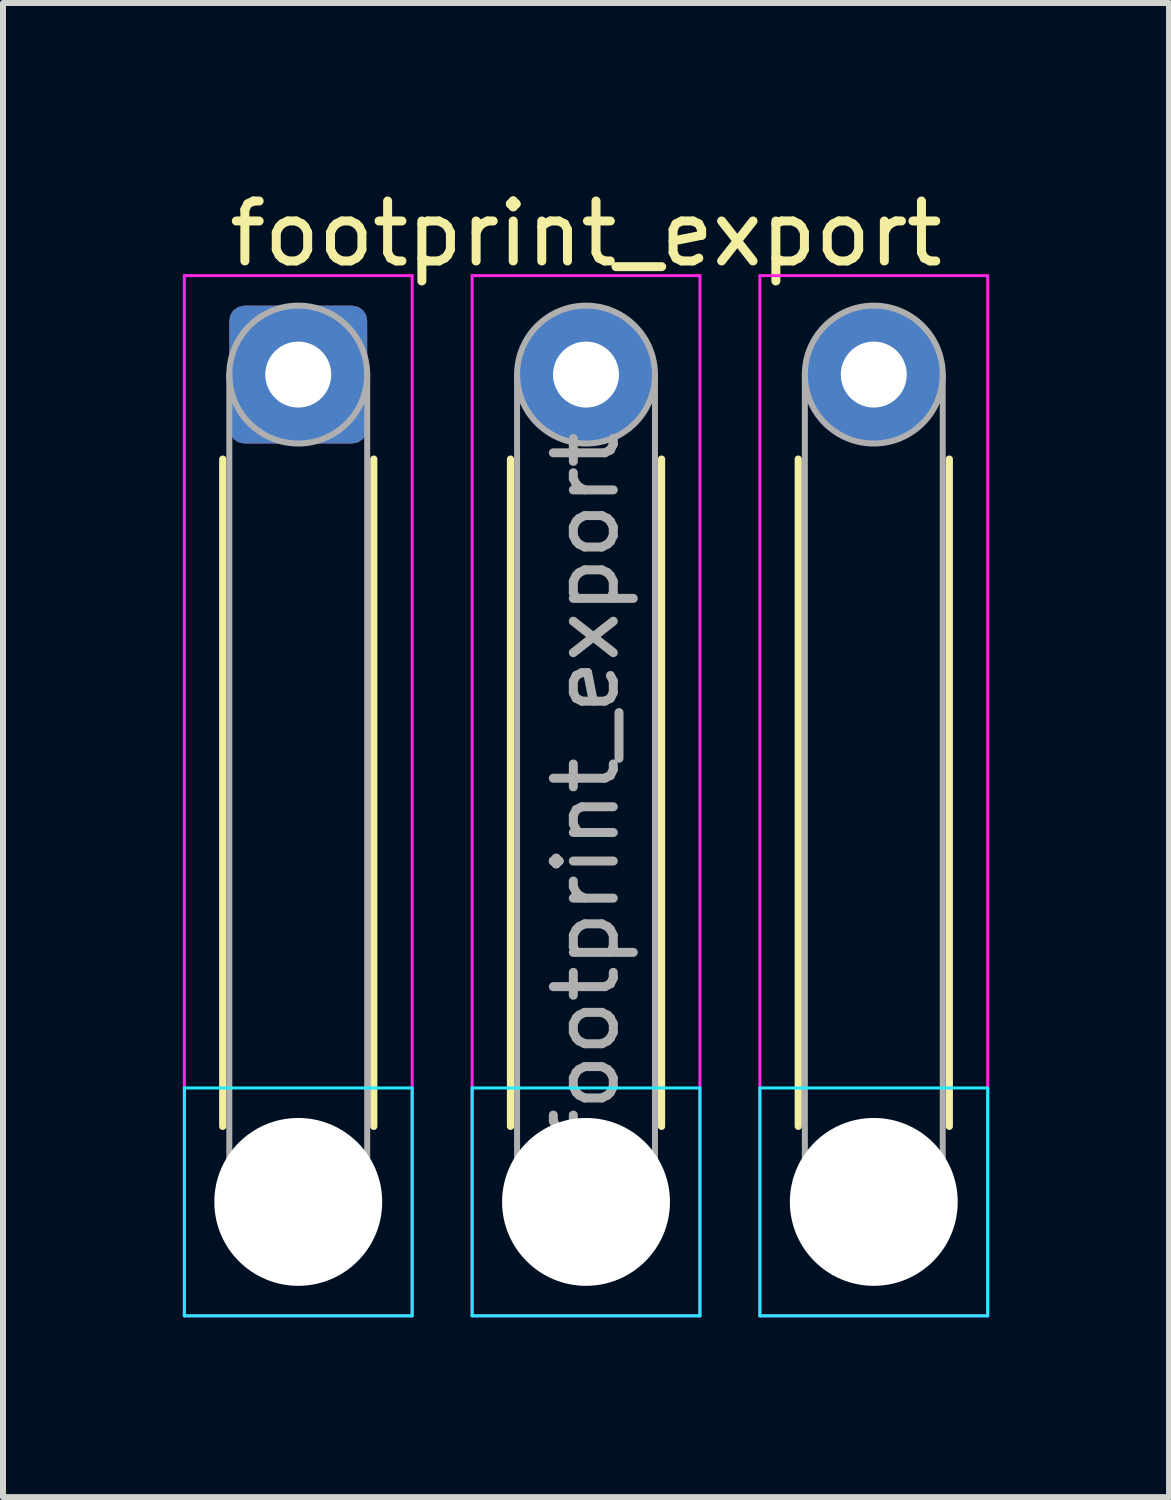
<source format=kicad_pcb>
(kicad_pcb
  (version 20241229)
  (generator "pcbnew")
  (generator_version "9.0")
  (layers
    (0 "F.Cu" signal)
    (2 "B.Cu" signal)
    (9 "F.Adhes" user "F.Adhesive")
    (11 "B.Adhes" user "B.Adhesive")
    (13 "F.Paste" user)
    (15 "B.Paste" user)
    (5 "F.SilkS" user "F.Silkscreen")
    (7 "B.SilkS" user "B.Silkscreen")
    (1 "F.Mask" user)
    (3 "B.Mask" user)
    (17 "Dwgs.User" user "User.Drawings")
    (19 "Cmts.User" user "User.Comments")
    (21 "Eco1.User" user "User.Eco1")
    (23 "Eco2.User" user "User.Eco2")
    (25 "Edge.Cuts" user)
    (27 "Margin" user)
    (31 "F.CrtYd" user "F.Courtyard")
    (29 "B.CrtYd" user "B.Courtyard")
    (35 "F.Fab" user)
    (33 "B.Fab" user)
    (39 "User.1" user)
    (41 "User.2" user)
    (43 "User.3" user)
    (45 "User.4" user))
  (footprint "footprint_export"
    (layer "F.Cu")
    (at 1.925 3.198)
    (property "Reference" "footprint_export" (at 4.8 -2.35 0) (layer "F.SilkS") (effects (font (size 1 1) (thickness 0.15))))
    (attr exclude_from_pos_files exclude_from_bom)
    (fp_line (start -1.26 1.41) (end -1.26 12.54) (stroke (width 0.12) (type solid)) (layer "F.SilkS"))
    (fp_line (start 1.26 1.41) (end 1.26 12.54) (stroke (width 0.12) (type solid)) (layer "F.SilkS"))
    (fp_line (start 3.54 1.41) (end 3.54 12.54) (stroke (width 0.12) (type solid)) (layer "F.SilkS"))
    (fp_line (start 6.06 1.41) (end 6.06 12.54) (stroke (width 0.12) (type solid)) (layer "F.SilkS"))
    (fp_line (start 8.34 1.41) (end 8.34 12.54) (stroke (width 0.12) (type solid)) (layer "F.SilkS"))
    (fp_line (start 10.86 1.41) (end 10.86 12.54) (stroke (width 0.12) (type solid)) (layer "F.SilkS"))
    (fp_line (start -1.9 11.9) (end -1.9 15.7) (stroke (width 0.05) (type solid)) (layer "B.CrtYd"))
    (fp_line (start -1.9 15.7) (end 1.9 15.7) (stroke (width 0.05) (type solid)) (layer "B.CrtYd"))
    (fp_line (start 1.9 11.9) (end -1.9 11.9) (stroke (width 0.05) (type solid)) (layer "B.CrtYd"))
    (fp_line (start 1.9 15.7) (end 1.9 11.9) (stroke (width 0.05) (type solid)) (layer "B.CrtYd"))
    (fp_line (start 2.9 11.9) (end 2.9 15.7) (stroke (width 0.05) (type solid)) (layer "B.CrtYd"))
    (fp_line (start 2.9 15.7) (end 6.7 15.7) (stroke (width 0.05) (type solid)) (layer "B.CrtYd"))
    (fp_line (start 6.7 11.9) (end 2.9 11.9) (stroke (width 0.05) (type solid)) (layer "B.CrtYd"))
    (fp_line (start 6.7 15.7) (end 6.7 11.9) (stroke (width 0.05) (type solid)) (layer "B.CrtYd"))
    (fp_line (start 7.7 11.9) (end 7.7 15.7) (stroke (width 0.05) (type solid)) (layer "B.CrtYd"))
    (fp_line (start 7.7 15.7) (end 11.5 15.7) (stroke (width 0.05) (type solid)) (layer "B.CrtYd"))
    (fp_line (start 11.5 11.9) (end 7.7 11.9) (stroke (width 0.05) (type solid)) (layer "B.CrtYd"))
    (fp_line (start 11.5 15.7) (end 11.5 11.9) (stroke (width 0.05) (type solid)) (layer "B.CrtYd"))
    (fp_line (start -1.9 -1.65) (end -1.9 15.7) (stroke (width 0.05) (type solid)) (layer "F.CrtYd"))
    (fp_line (start -1.9 15.7) (end 1.9 15.7) (stroke (width 0.05) (type solid)) (layer "F.CrtYd"))
    (fp_line (start 1.9 -1.65) (end -1.9 -1.65) (stroke (width 0.05) (type solid)) (layer "F.CrtYd"))
    (fp_line (start 1.9 15.7) (end 1.9 -1.65) (stroke (width 0.05) (type solid)) (layer "F.CrtYd"))
    (fp_line (start 2.9 -1.65) (end 2.9 15.7) (stroke (width 0.05) (type solid)) (layer "F.CrtYd"))
    (fp_line (start 2.9 15.7) (end 6.7 15.7) (stroke (width 0.05) (type solid)) (layer "F.CrtYd"))
    (fp_line (start 6.7 -1.65) (end 2.9 -1.65) (stroke (width 0.05) (type solid)) (layer "F.CrtYd"))
    (fp_line (start 6.7 15.7) (end 6.7 -1.65) (stroke (width 0.05) (type solid)) (layer "F.CrtYd"))
    (fp_line (start 7.7 -1.65) (end 7.7 15.7) (stroke (width 0.05) (type solid)) (layer "F.CrtYd"))
    (fp_line (start 7.7 15.7) (end 11.5 15.7) (stroke (width 0.05) (type solid)) (layer "F.CrtYd"))
    (fp_line (start 11.5 -1.65) (end 7.7 -1.65) (stroke (width 0.05) (type solid)) (layer "F.CrtYd"))
    (fp_line (start 11.5 15.7) (end 11.5 -1.65) (stroke (width 0.05) (type solid)) (layer "F.CrtYd"))
    (fp_line (start -1.15 0) (end -1.15 13.8) (stroke (width 0.1) (type solid)) (layer "F.Fab"))
    (fp_line (start 1.15 0) (end 1.15 13.8) (stroke (width 0.1) (type solid)) (layer "F.Fab"))
    (fp_line (start 3.65 0) (end 3.65 13.8) (stroke (width 0.1) (type solid)) (layer "F.Fab"))
    (fp_line (start 5.95 0) (end 5.95 13.8) (stroke (width 0.1) (type solid)) (layer "F.Fab"))
    (fp_line (start 8.45 0) (end 8.45 13.8) (stroke (width 0.1) (type solid)) (layer "F.Fab"))
    (fp_line (start 10.75 0) (end 10.75 13.8) (stroke (width 0.1) (type solid)) (layer "F.Fab"))
    (fp_circle (center 0 0) (end 1.15 0) (stroke (width 0.1) (type solid)) (fill no) (layer "F.Fab"))
    (fp_circle (center 0 13.8) (end 1.15 13.8) (stroke (width 0.1) (type solid)) (fill no) (layer "F.Fab"))
    (fp_circle (center 4.8 0) (end 5.95 0) (stroke (width 0.1) (type solid)) (fill no) (layer "F.Fab"))
    (fp_circle (center 4.8 13.8) (end 5.95 13.8) (stroke (width 0.1) (type solid)) (fill no) (layer "F.Fab"))
    (fp_circle (center 9.6 0) (end 10.75 0) (stroke (width 0.1) (type solid)) (fill no) (layer "F.Fab"))
    (fp_circle (center 9.6 13.8) (end 10.75 13.8) (stroke (width 0.1) (type solid)) (fill no) (layer "F.Fab"))
    (fp_text user "${REFERENCE}" (at 4.8 6.9 90) (layer "F.Fab") (effects (font (size 1 1) (thickness 0.15))))
    (pad "" np_thru_hole circle (at 0 13.8) (size 2.8 2.8) (drill 2.8) (layers "*.Cu" "*.Mask"))
    (pad "" np_thru_hole circle (at 4.8 13.8) (size 2.8 2.8) (drill 2.8) (layers "*.Cu" "*.Mask"))
    (pad "" np_thru_hole circle (at 9.6 13.8) (size 2.8 2.8) (drill 2.8) (layers "*.Cu" "*.Mask"))
    (pad "1" thru_hole roundrect (at 0 0) (size 2.3 2.3) (drill 1.1) (layers "*.Cu" "*.Mask") (roundrect_rratio 0.109))
    (pad "2" thru_hole circle (at 4.8 0) (size 2.3 2.3) (drill 1.1) (layers "*.Cu" "*.Mask"))
    (pad "3" thru_hole circle (at 9.6 0) (size 2.3 2.3) (drill 1.1) (layers "*.Cu" "*.Mask")))
  (gr_rect
    (start -3 -3)
    (end 16.45 21.923)
    (stroke (width 0.1) (type default))
    (fill no)
    (layer "Edge.Cuts")))
</source>
